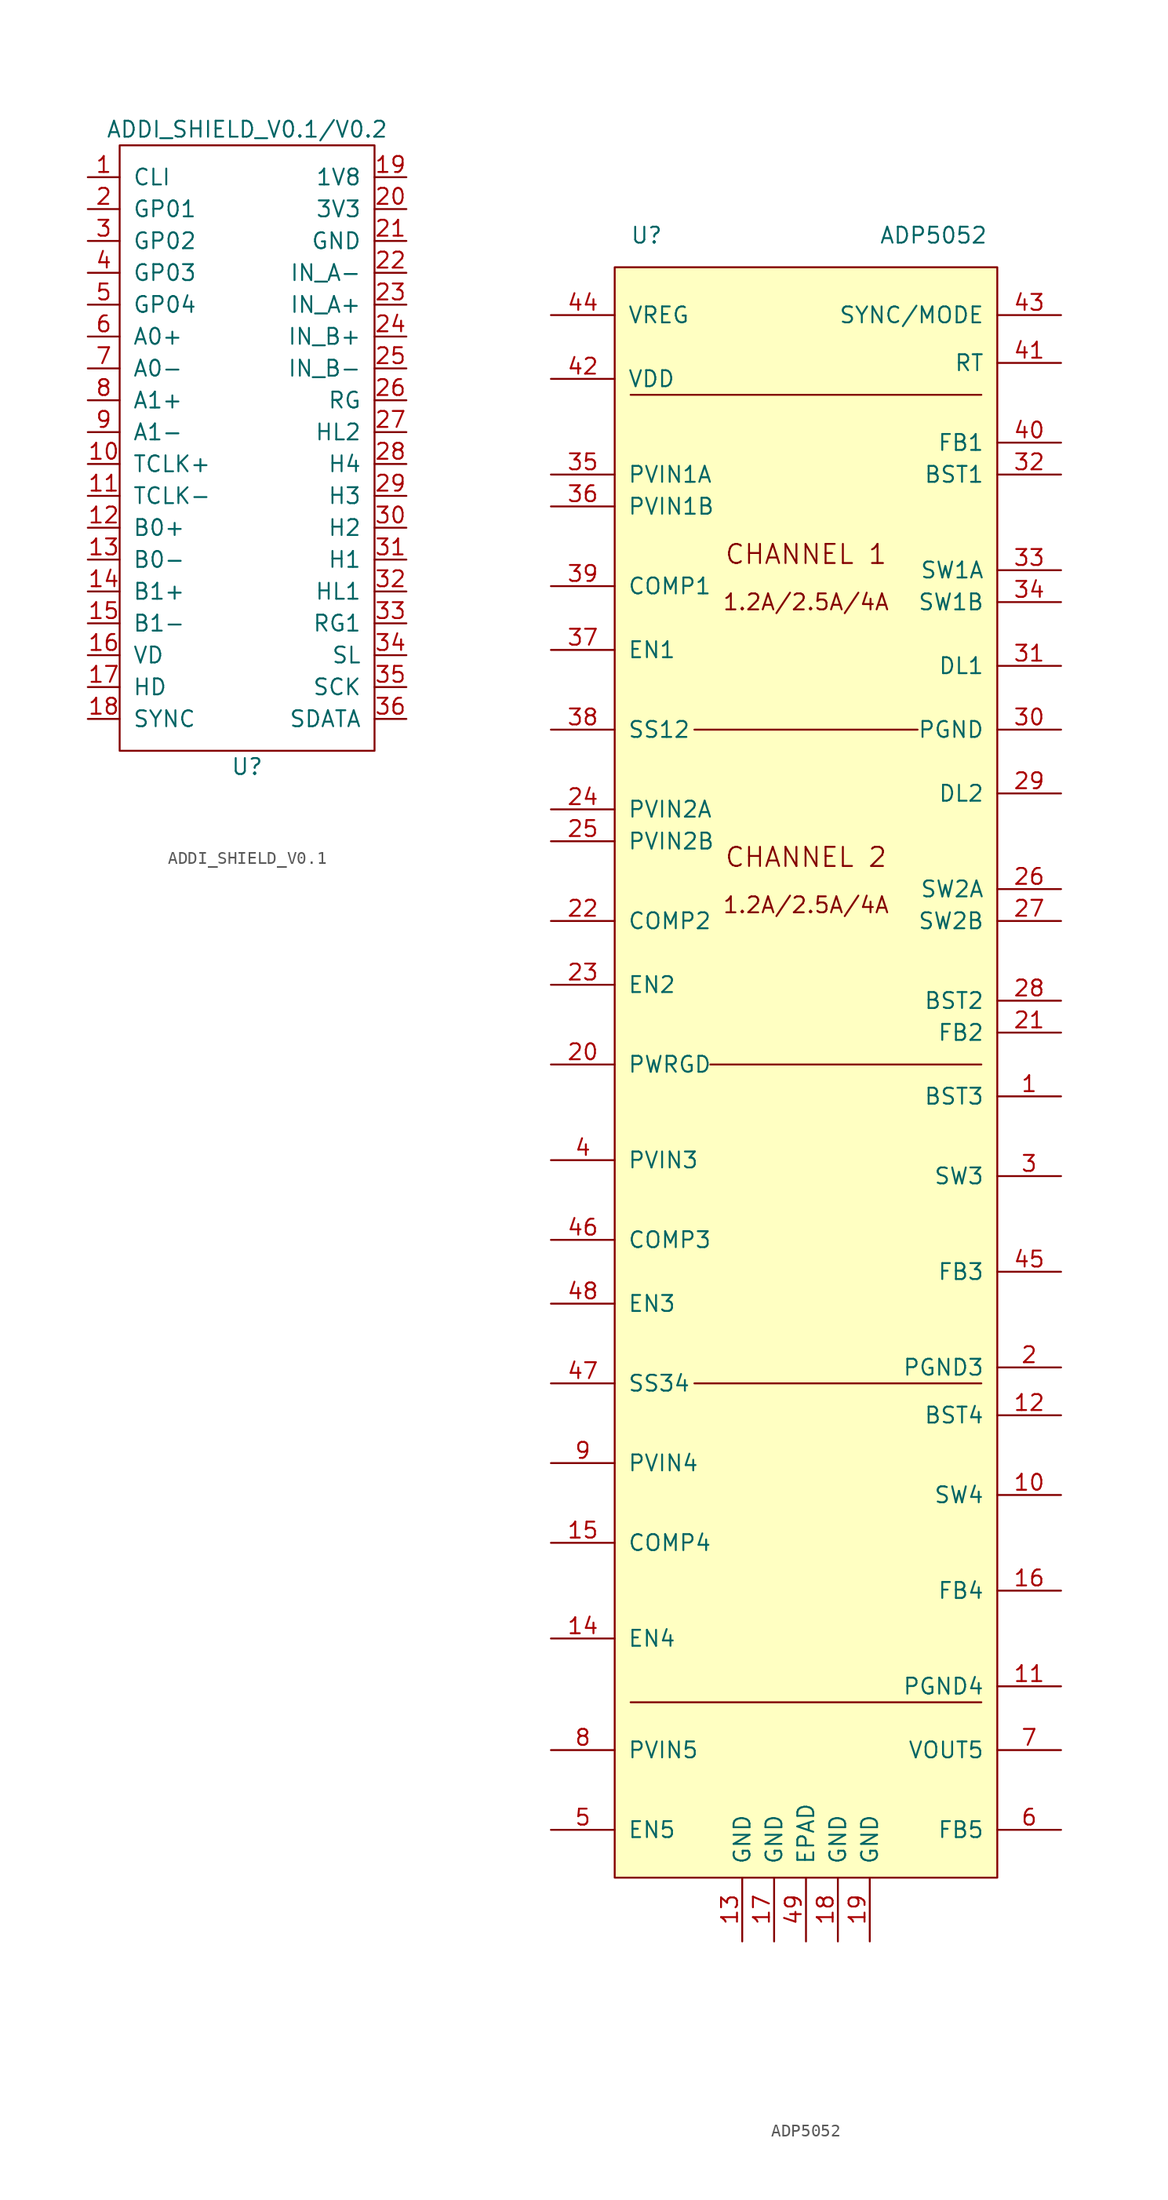
<source format=kicad_sym>
(kicad_symbol_lib
  (version 20231120)
  (generator "kicad_symbol_editor")
  (generator_version "8.0")
  (symbol "ADDI_SHIELD_V0.1"
    (pin_names
      (offset 1.016))
    (property "Reference" "U"
      (at 0 -25.4 0)
      (effects (font (size 1.27 1.27))))
    (property "Value" "ADDI_SHIELD_V0.1/V0.2"
      (at 0 25.4 0)
      (effects (font (size 1.27 1.27))))
    (symbol "ADDI_SHIELD_V0.1_0_1"
      (rectangle (start -10.16 24.13) (end 10.16 -24.13) (stroke (width 0) (type default)) (fill (type none))))
    (symbol "ADDI_SHIELD_V0.1_1_1"
      (pin input line (at -12.7 21.59 0) (length 2.54) (name "CLI" (effects (font (size 1.27 1.27)))) (number "1" (effects (font (size 1.27 1.27)))))
      (pin input line (at -12.7 -1.27 0) (length 2.54) (name "TCLK+" (effects (font (size 1.27 1.27)))) (number "10" (effects (font (size 1.27 1.27)))))
      (pin input line (at -12.7 -3.81 0) (length 2.54) (name "TCLK-" (effects (font (size 1.27 1.27)))) (number "11" (effects (font (size 1.27 1.27)))))
      (pin input line (at -12.7 -6.35 0) (length 2.54) (name "B0+" (effects (font (size 1.27 1.27)))) (number "12" (effects (font (size 1.27 1.27)))))
      (pin input line (at -12.7 -8.89 0) (length 2.54) (name "B0-" (effects (font (size 1.27 1.27)))) (number "13" (effects (font (size 1.27 1.27)))))
      (pin input line (at -12.7 -11.43 0) (length 2.54) (name "B1+" (effects (font (size 1.27 1.27)))) (number "14" (effects (font (size 1.27 1.27)))))
      (pin input line (at -12.7 -13.97 0) (length 2.54) (name "B1-" (effects (font (size 1.27 1.27)))) (number "15" (effects (font (size 1.27 1.27)))))
      (pin input line (at -12.7 -16.51 0) (length 2.54) (name "VD" (effects (font (size 1.27 1.27)))) (number "16" (effects (font (size 1.27 1.27)))))
      (pin input line (at -12.7 -19.05 0) (length 2.54) (name "HD" (effects (font (size 1.27 1.27)))) (number "17" (effects (font (size 1.27 1.27)))))
      (pin input line (at -12.7 -21.59 0) (length 2.54) (name "SYNC" (effects (font (size 1.27 1.27)))) (number "18" (effects (font (size 1.27 1.27)))))
      (pin input line (at 12.7 21.59 180) (length 2.54) (name "1V8" (effects (font (size 1.27 1.27)))) (number "19" (effects (font (size 1.27 1.27)))))
      (pin input line (at -12.7 19.05 0) (length 2.54) (name "GP01" (effects (font (size 1.27 1.27)))) (number "2" (effects (font (size 1.27 1.27)))))
      (pin input line (at 12.7 19.05 180) (length 2.54) (name "3V3" (effects (font (size 1.27 1.27)))) (number "20" (effects (font (size 1.27 1.27)))))
      (pin input line (at 12.7 16.51 180) (length 2.54) (name "GND" (effects (font (size 1.27 1.27)))) (number "21" (effects (font (size 1.27 1.27)))))
      (pin input line (at 12.7 13.97 180) (length 2.54) (name "IN_A-" (effects (font (size 1.27 1.27)))) (number "22" (effects (font (size 1.27 1.27)))))
      (pin input line (at 12.7 11.43 180) (length 2.54) (name "IN_A+" (effects (font (size 1.27 1.27)))) (number "23" (effects (font (size 1.27 1.27)))))
      (pin input line (at 12.7 8.89 180) (length 2.54) (name "IN_B+" (effects (font (size 1.27 1.27)))) (number "24" (effects (font (size 1.27 1.27)))))
      (pin input line (at 12.7 6.35 180) (length 2.54) (name "IN_B-" (effects (font (size 1.27 1.27)))) (number "25" (effects (font (size 1.27 1.27)))))
      (pin input line (at 12.7 3.81 180) (length 2.54) (name "RG" (effects (font (size 1.27 1.27)))) (number "26" (effects (font (size 1.27 1.27)))))
      (pin input line (at 12.7 1.27 180) (length 2.54) (name "HL2" (effects (font (size 1.27 1.27)))) (number "27" (effects (font (size 1.27 1.27)))))
      (pin input line (at 12.7 -1.27 180) (length 2.54) (name "H4" (effects (font (size 1.27 1.27)))) (number "28" (effects (font (size 1.27 1.27)))))
      (pin input line (at 12.7 -3.81 180) (length 2.54) (name "H3" (effects (font (size 1.27 1.27)))) (number "29" (effects (font (size 1.27 1.27)))))
      (pin input line (at -12.7 16.51 0) (length 2.54) (name "GP02" (effects (font (size 1.27 1.27)))) (number "3" (effects (font (size 1.27 1.27)))))
      (pin input line (at 12.7 -6.35 180) (length 2.54) (name "H2" (effects (font (size 1.27 1.27)))) (number "30" (effects (font (size 1.27 1.27)))))
      (pin input line (at 12.7 -8.89 180) (length 2.54) (name "H1" (effects (font (size 1.27 1.27)))) (number "31" (effects (font (size 1.27 1.27)))))
      (pin input line (at 12.7 -11.43 180) (length 2.54) (name "HL1" (effects (font (size 1.27 1.27)))) (number "32" (effects (font (size 1.27 1.27)))))
      (pin input line (at 12.7 -13.97 180) (length 2.54) (name "RG1" (effects (font (size 1.27 1.27)))) (number "33" (effects (font (size 1.27 1.27)))))
      (pin input line (at 12.7 -16.51 180) (length 2.54) (name "SL" (effects (font (size 1.27 1.27)))) (number "34" (effects (font (size 1.27 1.27)))))
      (pin input line (at 12.7 -19.05 180) (length 2.54) (name "SCK" (effects (font (size 1.27 1.27)))) (number "35" (effects (font (size 1.27 1.27)))))
      (pin input line (at 12.7 -21.59 180) (length 2.54) (name "SDATA" (effects (font (size 1.27 1.27)))) (number "36" (effects (font (size 1.27 1.27)))))
      (pin input line (at -12.7 13.97 0) (length 2.54) (name "GP03" (effects (font (size 1.27 1.27)))) (number "4" (effects (font (size 1.27 1.27)))))
      (pin input line (at -12.7 11.43 0) (length 2.54) (name "GP04" (effects (font (size 1.27 1.27)))) (number "5" (effects (font (size 1.27 1.27)))))
      (pin input line (at -12.7 8.89 0) (length 2.54) (name "A0+" (effects (font (size 1.27 1.27)))) (number "6" (effects (font (size 1.27 1.27)))))
      (pin input line (at -12.7 6.35 0) (length 2.54) (name "A0-" (effects (font (size 1.27 1.27)))) (number "7" (effects (font (size 1.27 1.27)))))
      (pin input line (at -12.7 3.81 0) (length 2.54) (name "A1+" (effects (font (size 1.27 1.27)))) (number "8" (effects (font (size 1.27 1.27)))))
      (pin input line (at -12.7 1.27 0) (length 2.54) (name "A1-" (effects (font (size 1.27 1.27)))) (number "9" (effects (font (size 1.27 1.27)))))))
  (symbol "ADP5052"
    (pin_names
      (offset 1.016))
    (property "Reference" "U"
      (at -12.7 66.04 0)
      (effects (font (size 1.27 1.27))))
    (property "Value" "ADP5052"
      (at 10.16 66.04 0)
      (effects (font (size 1.27 1.27))))
    (property "Footprint" ""
      (at 0 -12.7 0)
      (effects (font (size 1.27 1.27))))
    (property "Datasheet" ""
      (at 0 -12.7 0)
      (effects (font (size 1.27 1.27))))
    (symbol "ADP5052_0_0"
      (rectangle (start -15.24 63.5) (end 15.24 -64.77) (stroke (width 0) (type default)) (fill (type background)))
      (polyline (pts (xy -13.97 -50.8) (xy 13.97 -50.8)) (stroke (width 0) (type default)) (fill (type none)))
      (text "1.2A/2.5A/4A" (at 0 12.7 0) (effects (font (size 1.27 1.27))))
      (text "1.2A/2.5A/4A" (at 0 36.83 0) (effects (font (size 1.27 1.27))))
      (text "CHANNEL 1" (at 0 40.64 0) (effects (font (size 1.524 1.524))))
      (text "CHANNEL 2" (at 0 16.51 0) (effects (font (size 1.524 1.524)))))
    (symbol "ADP5052_0_1"
      (polyline (pts (xy -13.97 53.34) (xy 13.97 53.34)) (stroke (width 0) (type default)) (fill (type none)))
      (polyline (pts (xy -8.89 -25.4) (xy 13.97 -25.4)) (stroke (width 0) (type default)) (fill (type none)))
      (polyline (pts (xy -8.89 26.67) (xy 8.89 26.67)) (stroke (width 0) (type default)) (fill (type none)))
      (polyline (pts (xy 13.97 0) (xy -7.62 0)) (stroke (width 0) (type default)) (fill (type none))))
    (symbol "ADP5052_1_1"
      (pin input line (at 20.32 -2.54 180) (length 5.08) (name "BST3" (effects (font (size 1.27 1.27)))) (number "1" (effects (font (size 1.27 1.27)))))
      (pin output line (at 20.32 -34.29 180) (length 5.08) (name "SW4" (effects (font (size 1.27 1.27)))) (number "10" (effects (font (size 1.27 1.27)))))
      (pin power_in line (at 20.32 -49.53 180) (length 5.08) (name "PGND4" (effects (font (size 1.27 1.27)))) (number "11" (effects (font (size 1.27 1.27)))))
      (pin power_out line (at 20.32 -27.94 180) (length 5.08) (name "BST4" (effects (font (size 1.27 1.27)))) (number "12" (effects (font (size 1.27 1.27)))))
      (pin power_in line (at -5.08 -69.85 90) (length 5.08) (name "GND" (effects (font (size 1.27 1.27)))) (number "13" (effects (font (size 1.27 1.27)))))
      (pin input line (at -20.32 -45.72 0) (length 5.08) (name "EN4" (effects (font (size 1.27 1.27)))) (number "14" (effects (font (size 1.27 1.27)))))
      (pin input line (at -20.32 -38.1 0) (length 5.08) (name "COMP4" (effects (font (size 1.27 1.27)))) (number "15" (effects (font (size 1.27 1.27)))))
      (pin input line (at 20.32 -41.91 180) (length 5.08) (name "FB4" (effects (font (size 1.27 1.27)))) (number "16" (effects (font (size 1.27 1.27)))))
      (pin power_in line (at -2.54 -69.85 90) (length 5.08) (name "GND" (effects (font (size 1.27 1.27)))) (number "17" (effects (font (size 1.27 1.27)))))
      (pin power_in line (at 2.54 -69.85 90) (length 5.08) (name "GND" (effects (font (size 1.27 1.27)))) (number "18" (effects (font (size 1.27 1.27)))))
      (pin power_in line (at 5.08 -69.85 90) (length 5.08) (name "GND" (effects (font (size 1.27 1.27)))) (number "19" (effects (font (size 1.27 1.27)))))
      (pin power_in line (at 20.32 -24.13 180) (length 5.08) (name "PGND3" (effects (font (size 1.27 1.27)))) (number "2" (effects (font (size 1.27 1.27)))))
      (pin output line (at -20.32 0 0) (length 5.08) (name "PWRGD" (effects (font (size 1.27 1.27)))) (number "20" (effects (font (size 1.27 1.27)))))
      (pin input line (at 20.32 2.54 180) (length 5.08) (name "FB2" (effects (font (size 1.27 1.27)))) (number "21" (effects (font (size 1.27 1.27)))))
      (pin input line (at -20.32 11.43 0) (length 5.08) (name "COMP2" (effects (font (size 1.27 1.27)))) (number "22" (effects (font (size 1.27 1.27)))))
      (pin input line (at -20.32 6.35 0) (length 5.08) (name "EN2" (effects (font (size 1.27 1.27)))) (number "23" (effects (font (size 1.27 1.27)))))
      (pin power_in line (at -20.32 20.32 0) (length 5.08) (name "PVIN2A" (effects (font (size 1.27 1.27)))) (number "24" (effects (font (size 1.27 1.27)))))
      (pin power_in line (at -20.32 17.78 0) (length 5.08) (name "PVIN2B" (effects (font (size 1.27 1.27)))) (number "25" (effects (font (size 1.27 1.27)))))
      (pin power_out line (at 20.32 13.97 180) (length 5.08) (name "SW2A" (effects (font (size 1.27 1.27)))) (number "26" (effects (font (size 1.27 1.27)))))
      (pin power_in line (at 20.32 11.43 180) (length 5.08) (name "SW2B" (effects (font (size 1.27 1.27)))) (number "27" (effects (font (size 1.27 1.27)))))
      (pin power_out line (at 20.32 5.08 180) (length 5.08) (name "BST2" (effects (font (size 1.27 1.27)))) (number "28" (effects (font (size 1.27 1.27)))))
      (pin output line (at 20.32 21.59 180) (length 5.08) (name "DL2" (effects (font (size 1.27 1.27)))) (number "29" (effects (font (size 1.27 1.27)))))
      (pin output line (at 20.32 -8.89 180) (length 5.08) (name "SW3" (effects (font (size 1.27 1.27)))) (number "3" (effects (font (size 1.27 1.27)))))
      (pin power_in line (at 20.32 26.67 180) (length 5.08) (name "PGND" (effects (font (size 1.27 1.27)))) (number "30" (effects (font (size 1.27 1.27)))))
      (pin output line (at 20.32 31.75 180) (length 5.08) (name "DL1" (effects (font (size 1.27 1.27)))) (number "31" (effects (font (size 1.27 1.27)))))
      (pin input line (at 20.32 46.99 180) (length 5.08) (name "BST1" (effects (font (size 1.27 1.27)))) (number "32" (effects (font (size 1.27 1.27)))))
      (pin power_out line (at 20.32 39.37 180) (length 5.08) (name "SW1A" (effects (font (size 1.27 1.27)))) (number "33" (effects (font (size 1.27 1.27)))))
      (pin power_in line (at 20.32 36.83 180) (length 5.08) (name "SW1B" (effects (font (size 1.27 1.27)))) (number "34" (effects (font (size 1.27 1.27)))))
      (pin power_in line (at -20.32 46.99 0) (length 5.08) (name "PVIN1A" (effects (font (size 1.27 1.27)))) (number "35" (effects (font (size 1.27 1.27)))))
      (pin power_in line (at -20.32 44.45 0) (length 5.08) (name "PVIN1B" (effects (font (size 1.27 1.27)))) (number "36" (effects (font (size 1.27 1.27)))))
      (pin input line (at -20.32 33.02 0) (length 5.08) (name "EN1" (effects (font (size 1.27 1.27)))) (number "37" (effects (font (size 1.27 1.27)))))
      (pin input line (at -20.32 26.67 0) (length 5.08) (name "SS12" (effects (font (size 1.27 1.27)))) (number "38" (effects (font (size 1.27 1.27)))))
      (pin input line (at -20.32 38.1 0) (length 5.08) (name "COMP1" (effects (font (size 1.27 1.27)))) (number "39" (effects (font (size 1.27 1.27)))))
      (pin power_in line (at -20.32 -7.62 0) (length 5.08) (name "PVIN3" (effects (font (size 1.27 1.27)))) (number "4" (effects (font (size 1.27 1.27)))))
      (pin input line (at 20.32 49.53 180) (length 5.08) (name "FB1" (effects (font (size 1.27 1.27)))) (number "40" (effects (font (size 1.27 1.27)))))
      (pin input line (at 20.32 55.88 180) (length 5.08) (name "RT" (effects (font (size 1.27 1.27)))) (number "41" (effects (font (size 1.27 1.27)))))
      (pin power_out line (at -20.32 54.61 0) (length 5.08) (name "VDD" (effects (font (size 1.27 1.27)))) (number "42" (effects (font (size 1.27 1.27)))))
      (pin passive line (at 20.32 59.69 180) (length 5.08) (name "SYNC/MODE" (effects (font (size 1.27 1.27)))) (number "43" (effects (font (size 1.27 1.27)))))
      (pin power_out line (at -20.32 59.69 0) (length 5.08) (name "VREG" (effects (font (size 1.27 1.27)))) (number "44" (effects (font (size 1.27 1.27)))))
      (pin input line (at 20.32 -16.51 180) (length 5.08) (name "FB3" (effects (font (size 1.27 1.27)))) (number "45" (effects (font (size 1.27 1.27)))))
      (pin input line (at -20.32 -13.97 0) (length 5.08) (name "COMP3" (effects (font (size 1.27 1.27)))) (number "46" (effects (font (size 1.27 1.27)))))
      (pin input line (at -20.32 -25.4 0) (length 5.08) (name "SS34" (effects (font (size 1.27 1.27)))) (number "47" (effects (font (size 1.27 1.27)))))
      (pin input line (at -20.32 -19.05 0) (length 5.08) (name "EN3" (effects (font (size 1.27 1.27)))) (number "48" (effects (font (size 1.27 1.27)))))
      (pin power_in line (at 0 -69.85 90) (length 5.08) (name "EPAD" (effects (font (size 1.27 1.27)))) (number "49" (effects (font (size 1.27 1.27)))))
      (pin power_in line (at -20.32 -60.96 0) (length 5.08) (name "EN5" (effects (font (size 1.27 1.27)))) (number "5" (effects (font (size 1.27 1.27)))))
      (pin input line (at 20.32 -60.96 180) (length 5.08) (name "FB5" (effects (font (size 1.27 1.27)))) (number "6" (effects (font (size 1.27 1.27)))))
      (pin power_out line (at 20.32 -54.61 180) (length 5.08) (name "VOUT5" (effects (font (size 1.27 1.27)))) (number "7" (effects (font (size 1.27 1.27)))))
      (pin power_in line (at -20.32 -54.61 0) (length 5.08) (name "PVIN5" (effects (font (size 1.27 1.27)))) (number "8" (effects (font (size 1.27 1.27)))))
      (pin power_in line (at -20.32 -31.75 0) (length 5.08) (name "PVIN4" (effects (font (size 1.27 1.27)))) (number "9" (effects (font (size 1.27 1.27))))))))
</source>
